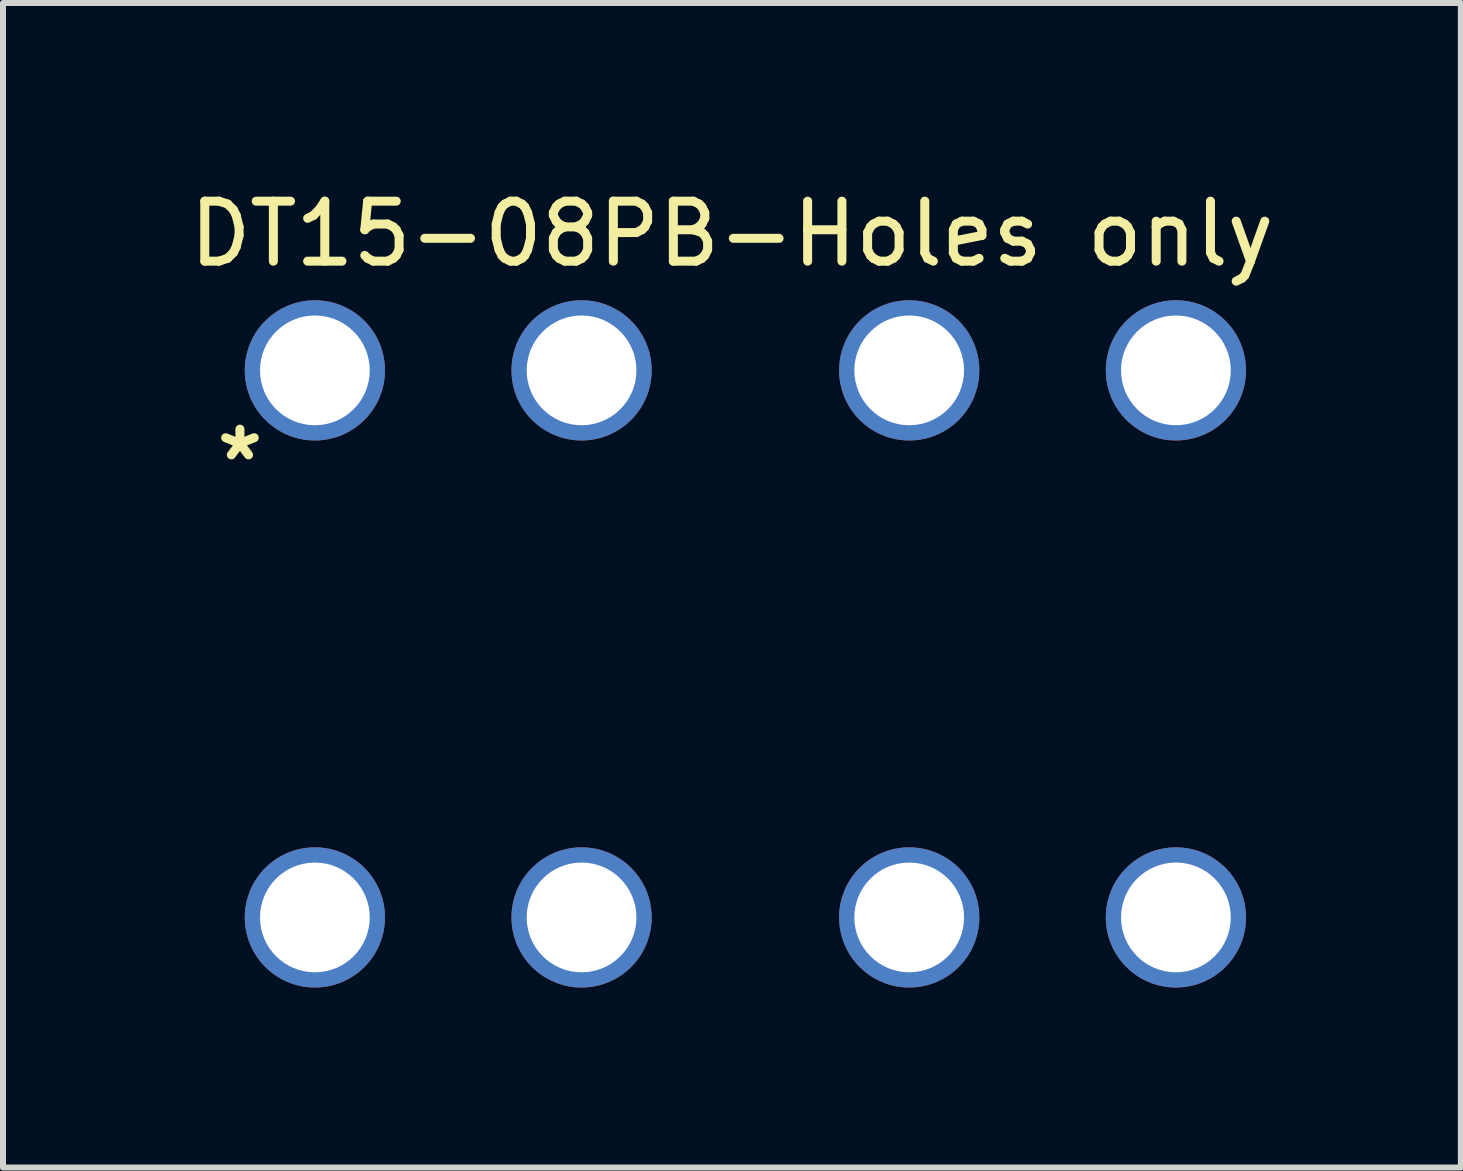
<source format=kicad_pcb>
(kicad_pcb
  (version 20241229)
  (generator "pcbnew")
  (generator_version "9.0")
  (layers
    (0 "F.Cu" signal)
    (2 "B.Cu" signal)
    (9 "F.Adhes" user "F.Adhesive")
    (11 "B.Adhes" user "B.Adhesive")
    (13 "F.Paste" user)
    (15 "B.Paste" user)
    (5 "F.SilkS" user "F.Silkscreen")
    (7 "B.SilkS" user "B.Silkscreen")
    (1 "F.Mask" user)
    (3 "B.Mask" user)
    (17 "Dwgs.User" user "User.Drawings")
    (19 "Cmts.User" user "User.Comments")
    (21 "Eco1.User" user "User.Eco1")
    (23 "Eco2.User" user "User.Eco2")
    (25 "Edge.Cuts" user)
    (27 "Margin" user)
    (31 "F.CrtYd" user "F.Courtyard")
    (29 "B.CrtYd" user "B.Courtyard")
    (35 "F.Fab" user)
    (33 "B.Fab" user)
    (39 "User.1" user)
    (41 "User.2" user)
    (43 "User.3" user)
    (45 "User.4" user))
  (footprint "DT15-08PB-Holes only"
    (layer "F.Cu")
    (at 2.249 3.148)
    (property "Reference" "DT15-08PB-Holes only" (at 6.9 -2.3 0) (layer "F.SilkS") (effects (font (size 1 1) (thickness 0.15))))
    (attr through_hole)
    (fp_text user "*" (at -1.3 1.5 0) (layer "F.SilkS") (effects (font (size 1 1) (thickness 0.15))))
    (fp_text user "*" (at 0 0 0) (layer "F.Fab") (effects (font (size 1 1) (thickness 0.15))))
    (pad "1" thru_hole circle (at -0.051 -0.025) (size 2.337 2.337) (drill 1.829) (layers "*.Cu" "*.Mask"))
    (pad "2" thru_hole circle (at 4.394 -0.025) (size 2.337 2.337) (drill 1.829) (layers "*.Cu" "*.Mask"))
    (pad "3" thru_hole circle (at 9.855 -0.025) (size 2.337 2.337) (drill 1.829) (layers "*.Cu" "*.Mask"))
    (pad "4" thru_hole circle (at 14.3 -0.025) (size 2.337 2.337) (drill 1.829) (layers "*.Cu" "*.Mask"))
    (pad "5" thru_hole circle (at 14.3 9.093) (size 2.337 2.337) (drill 1.829) (layers "*.Cu" "*.Mask"))
    (pad "6" thru_hole circle (at 9.855 9.093) (size 2.337 2.337) (drill 1.829) (layers "*.Cu" "*.Mask"))
    (pad "7" thru_hole circle (at 4.394 9.093) (size 2.337 2.337) (drill 1.829) (layers "*.Cu" "*.Mask"))
    (pad "8" thru_hole circle (at -0.051 9.093) (size 2.337 2.337) (drill 1.829) (layers "*.Cu" "*.Mask")))
  (gr_rect
    (start -3 -3)
    (end 21.298 16.41)
    (stroke (width 0.1) (type default))
    (fill no)
    (layer "Edge.Cuts")))
</source>
